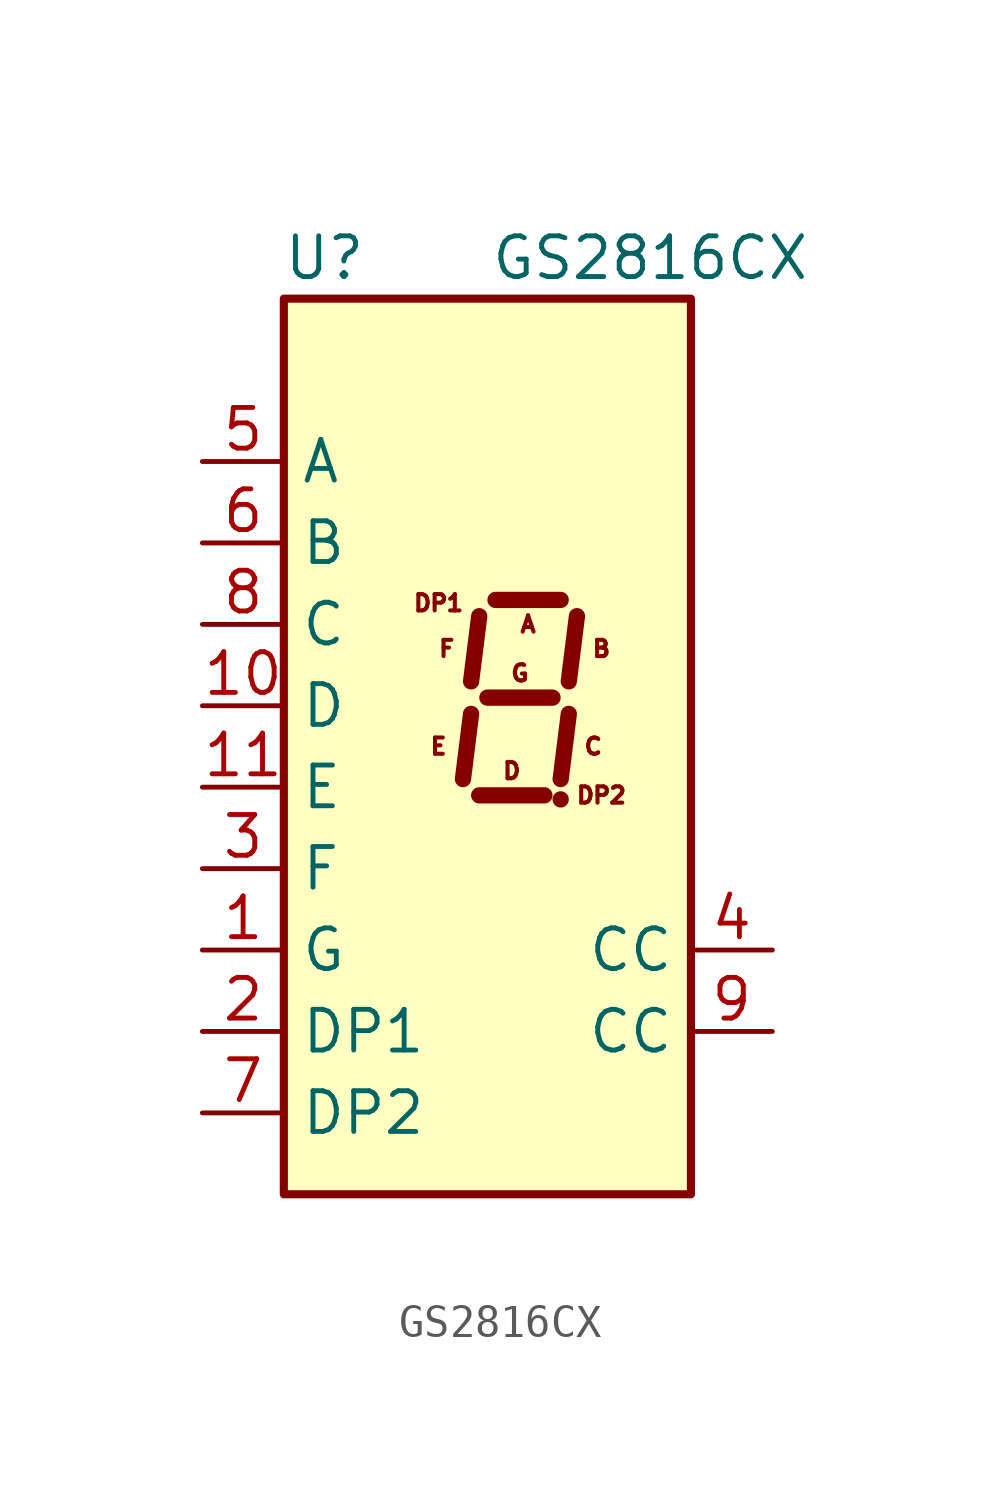
<source format=kicad_sym>
(kicad_symbol_lib
  (version 20241209)
  (generator "kicad_symbol_editor")
  (generator_version "9.0")
  (symbol "GS2816CX"
    (property "Reference" "U"
      (at -5.08 13.97 0)
      (effects (font (size 1.27 1.27))))
    (property "Value" "GS2816CX"
      (at 5.08 13.97 0)
      (effects (font (size 1.27 1.27))))
    (symbol "GS2816CX_1_0"
      (text "E" (at -1.524 -1.27 0) (effects (font (size 0.508 0.508))))
      (text "F" (at -1.27 1.778 0) (effects (font (size 0.508 0.508))))
      (text "D" (at 0.762 -2.032 0) (effects (font (size 0.508 0.508))))
      (text "G" (at 1.016 1.016 0) (effects (font (size 0.508 0.508))))
      (text "A" (at 1.27 2.54 0) (effects (font (size 0.508 0.508))))
      (text "C" (at 3.302 -1.27 0) (effects (font (size 0.508 0.508))))
      (text "B" (at 3.556 1.778 0) (effects (font (size 0.508 0.508)))))
    (symbol "GS2816CX_1_1"
      (rectangle (start -6.35 12.7) (end 6.35 -15.24) (stroke (width 0.254) (type default)) (fill (type background)))
      (polyline (pts (xy -0.508 -0.254) (xy -0.762 -2.286)) (stroke (width 0.508) (type default)) (fill (type none)))
      (polyline (pts (xy -0.254 2.794) (xy -0.508 0.762)) (stroke (width 0.508) (type default)) (fill (type none)))
      (polyline (pts (xy -0.254 -2.794) (xy 1.778 -2.794)) (stroke (width 0.508) (type default)) (fill (type none)))
      (polyline (pts (xy 0 0.254) (xy 2.032 0.254)) (stroke (width 0.508) (type default)) (fill (type none)))
      (polyline (pts (xy 0.254 3.302) (xy 2.286 3.302)) (stroke (width 0.508) (type default)) (fill (type none)))
      (polyline (pts (xy 2.286 -2.921) (xy 2.286 -2.921)) (stroke (width 0.508) (type default)) (fill (type none)))
      (polyline (pts (xy 2.54 -0.254) (xy 2.286 -2.286)) (stroke (width 0.508) (type default)) (fill (type none)))
      (polyline (pts (xy 2.794 2.794) (xy 2.54 0.762)) (stroke (width 0.508) (type default)) (fill (type none)))
      (text "DP1\n\n" (at -1.524 2.794 0) (effects (font (size 0.508 0.508))))
      (text "DP2\n" (at 3.556 -2.794 0) (effects (font (size 0.508 0.508))))
      (pin input line (at -8.89 7.62 0) (length 2.54) (name "A" (effects (font (size 1.27 1.27)))) (number "5" (effects (font (size 1.27 1.27)))))
      (pin input line (at -8.89 5.08 0) (length 2.54) (name "B" (effects (font (size 1.27 1.27)))) (number "6" (effects (font (size 1.27 1.27)))))
      (pin input line (at -8.89 2.54 0) (length 2.54) (name "C" (effects (font (size 1.27 1.27)))) (number "8" (effects (font (size 1.27 1.27)))))
      (pin input line (at -8.89 0 0) (length 2.54) (name "D" (effects (font (size 1.27 1.27)))) (number "10" (effects (font (size 1.27 1.27)))))
      (pin input line (at -8.89 -2.54 0) (length 2.54) (name "E" (effects (font (size 1.27 1.27)))) (number "11" (effects (font (size 1.27 1.27)))))
      (pin input line (at -8.89 -5.08 0) (length 2.54) (name "F" (effects (font (size 1.27 1.27)))) (number "3" (effects (font (size 1.27 1.27)))))
      (pin input line (at -8.89 -7.62 0) (length 2.54) (name "G" (effects (font (size 1.27 1.27)))) (number "1" (effects (font (size 1.27 1.27)))))
      (pin input line (at -8.89 -10.16 0) (length 2.54) (name "DP1" (effects (font (size 1.27 1.27)))) (number "2" (effects (font (size 1.27 1.27)))))
      (pin input line (at -8.89 -12.7 0) (length 2.54) (name "DP2" (effects (font (size 1.27 1.27)))) (number "7" (effects (font (size 1.27 1.27)))))
      (pin input line (at 8.89 -7.62 180) (length 2.54) (name "CC" (effects (font (size 1.27 1.27)))) (number "4" (effects (font (size 1.27 1.27)))))
      (pin input line (at 8.89 -10.16 180) (length 2.54) (name "CC" (effects (font (size 1.27 1.27)))) (number "9" (effects (font (size 1.27 1.27))))))))
</source>
